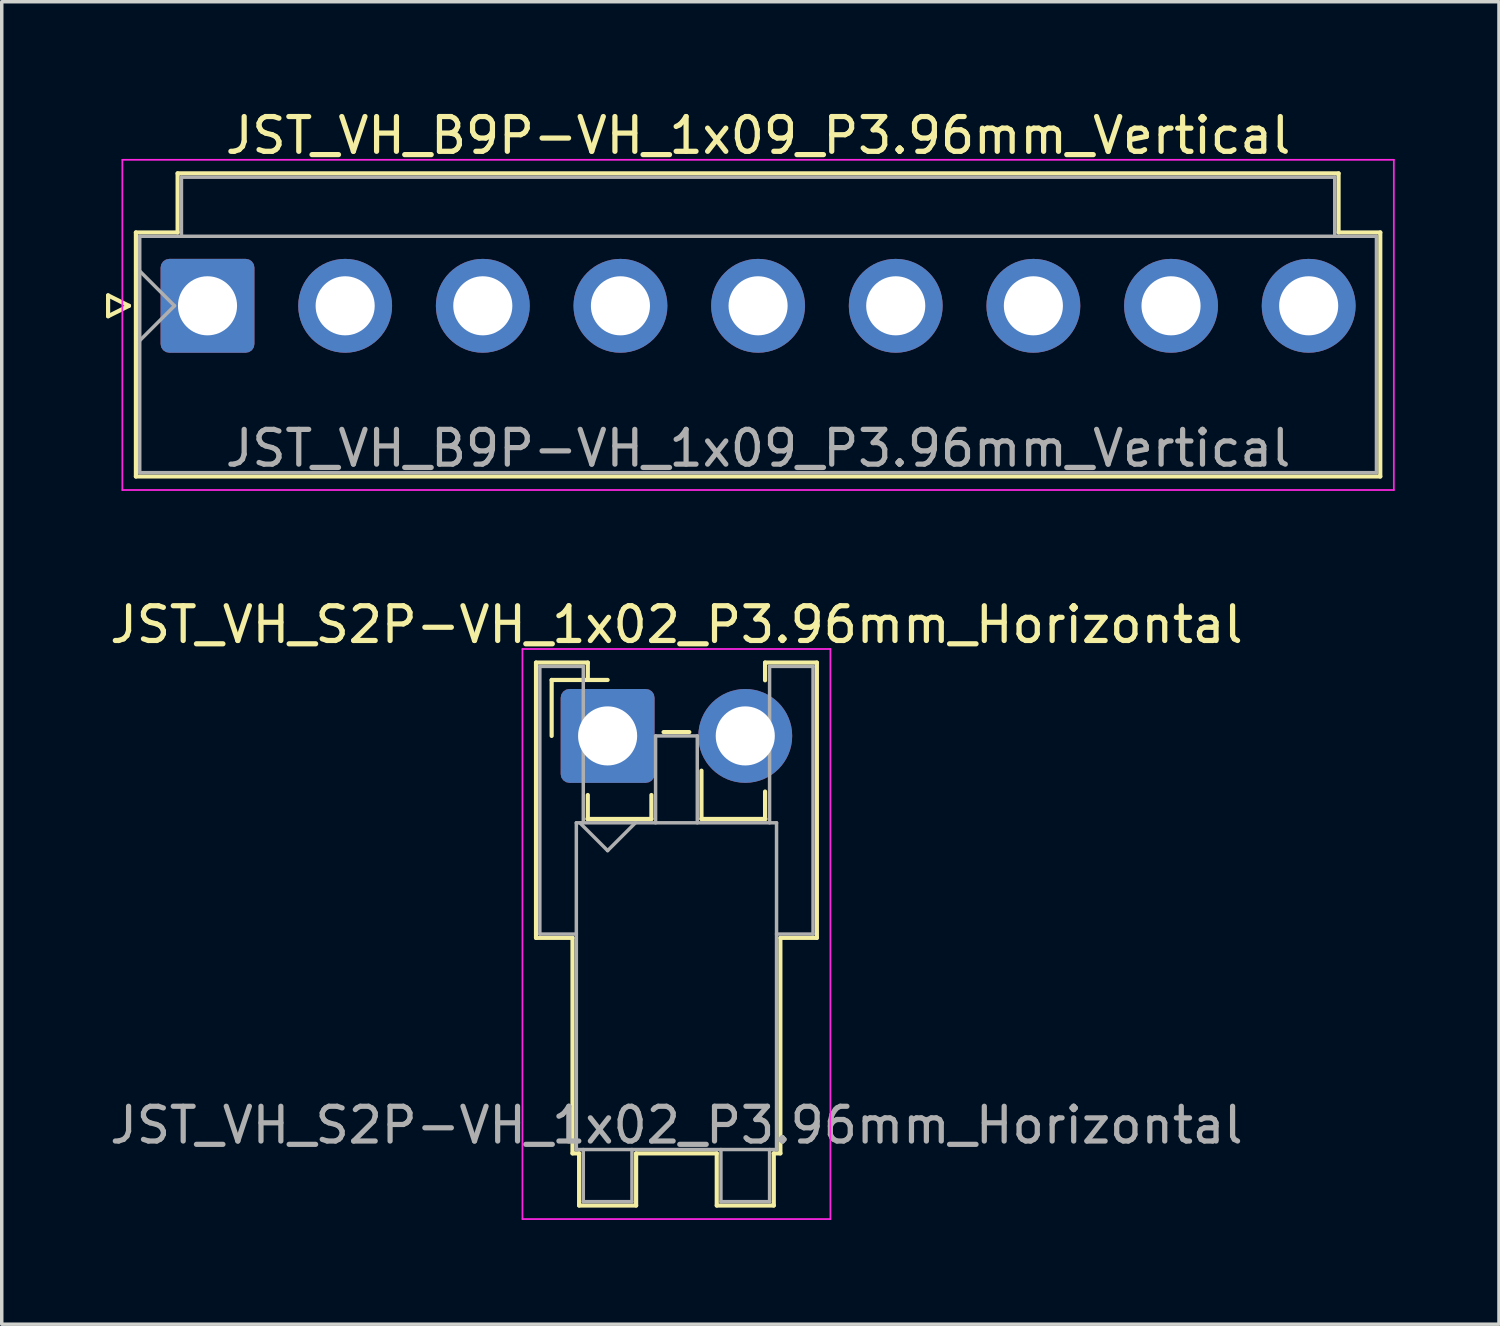
<source format=kicad_pcb>
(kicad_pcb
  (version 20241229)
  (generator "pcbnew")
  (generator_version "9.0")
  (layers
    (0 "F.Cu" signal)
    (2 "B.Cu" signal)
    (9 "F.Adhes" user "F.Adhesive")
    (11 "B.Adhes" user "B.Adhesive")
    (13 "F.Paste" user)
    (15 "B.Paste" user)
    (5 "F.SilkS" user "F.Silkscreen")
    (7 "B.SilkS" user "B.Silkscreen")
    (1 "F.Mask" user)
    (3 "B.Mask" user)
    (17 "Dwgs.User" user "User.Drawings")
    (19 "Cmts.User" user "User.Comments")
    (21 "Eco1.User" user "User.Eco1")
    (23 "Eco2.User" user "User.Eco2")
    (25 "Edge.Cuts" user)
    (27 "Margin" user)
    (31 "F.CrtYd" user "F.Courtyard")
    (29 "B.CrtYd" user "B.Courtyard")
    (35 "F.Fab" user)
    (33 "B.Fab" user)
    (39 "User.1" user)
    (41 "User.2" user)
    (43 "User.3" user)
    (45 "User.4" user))
  (footprint "JST_VH_B9P-VH_1x09_P3.96mm_Vertical"
    (layer "F.Cu")
    (at 2.92 5.748)
    (property "Reference" "JST_VH_B9P-VH_1x09_P3.96mm_Vertical" (at 15.84 -4.9 0) (layer "F.SilkS") (effects (font (size 1 1) (thickness 0.15))))
    (attr through_hole)
    (fp_line (start -2.86 -0.3) (end -2.26 0) (stroke (width 0.12) (type solid)) (layer "F.SilkS"))
    (fp_line (start -2.86 0.3) (end -2.86 -0.3) (stroke (width 0.12) (type solid)) (layer "F.SilkS"))
    (fp_line (start -2.26 0) (end -2.86 0.3) (stroke (width 0.12) (type solid)) (layer "F.SilkS"))
    (fp_line (start -2.06 -2.11) (end -0.86 -2.11) (stroke (width 0.12) (type solid)) (layer "F.SilkS"))
    (fp_line (start -2.06 4.91) (end -2.06 -2.11) (stroke (width 0.12) (type solid)) (layer "F.SilkS"))
    (fp_line (start -0.86 -3.81) (end 32.54 -3.81) (stroke (width 0.12) (type solid)) (layer "F.SilkS"))
    (fp_line (start -0.86 -2.11) (end -0.86 -3.81) (stroke (width 0.12) (type solid)) (layer "F.SilkS"))
    (fp_line (start 32.54 -3.81) (end 32.54 -2.11) (stroke (width 0.12) (type solid)) (layer "F.SilkS"))
    (fp_line (start 32.54 -2.11) (end 33.74 -2.11) (stroke (width 0.12) (type solid)) (layer "F.SilkS"))
    (fp_line (start 33.74 -2.11) (end 33.74 4.91) (stroke (width 0.12) (type solid)) (layer "F.SilkS"))
    (fp_line (start 33.74 4.91) (end -2.06 4.91) (stroke (width 0.12) (type solid)) (layer "F.SilkS"))
    (fp_line (start -2.45 -4.2) (end -2.45 5.3) (stroke (width 0.05) (type solid)) (layer "F.CrtYd"))
    (fp_line (start -2.45 5.3) (end 34.13 5.3) (stroke (width 0.05) (type solid)) (layer "F.CrtYd"))
    (fp_line (start 34.13 -4.2) (end -2.45 -4.2) (stroke (width 0.05) (type solid)) (layer "F.CrtYd"))
    (fp_line (start 34.13 5.3) (end 34.13 -4.2) (stroke (width 0.05) (type solid)) (layer "F.CrtYd"))
    (fp_line (start -1.95 -2) (end -1.95 4.8) (stroke (width 0.1) (type solid)) (layer "F.Fab"))
    (fp_line (start -1.95 -1) (end -0.95 0) (stroke (width 0.1) (type solid)) (layer "F.Fab"))
    (fp_line (start -1.95 1) (end -0.95 0) (stroke (width 0.1) (type solid)) (layer "F.Fab"))
    (fp_line (start -1.95 4.8) (end 33.63 4.8) (stroke (width 0.1) (type solid)) (layer "F.Fab"))
    (fp_line (start -0.75 -3.7) (end 32.43 -3.7) (stroke (width 0.1) (type solid)) (layer "F.Fab"))
    (fp_line (start -0.75 -2) (end -0.75 -3.7) (stroke (width 0.1) (type solid)) (layer "F.Fab"))
    (fp_line (start 32.43 -3.7) (end 32.43 -2) (stroke (width 0.1) (type solid)) (layer "F.Fab"))
    (fp_line (start 33.63 -2) (end -1.95 -2) (stroke (width 0.1) (type solid)) (layer "F.Fab"))
    (fp_line (start 33.63 4.8) (end 33.63 -2) (stroke (width 0.1) (type solid)) (layer "F.Fab"))
    (fp_text user "${REFERENCE}" (at 15.84 4.1 0) (layer "F.Fab") (effects (font (size 1 1) (thickness 0.15))))
    (pad "1" thru_hole roundrect (at 0 0) (size 2.7 2.7) (drill 1.7) (layers "*.Cu" "*.Mask") (roundrect_rratio 0.093))
    (pad "2" thru_hole circle (at 3.96 0) (size 2.7 2.7) (drill 1.7) (layers "*.Cu" "*.Mask"))
    (pad "3" thru_hole circle (at 7.92 0) (size 2.7 2.7) (drill 1.7) (layers "*.Cu" "*.Mask"))
    (pad "4" thru_hole circle (at 11.88 0) (size 2.7 2.7) (drill 1.7) (layers "*.Cu" "*.Mask"))
    (pad "5" thru_hole circle (at 15.84 0) (size 2.7 2.7) (drill 1.7) (layers "*.Cu" "*.Mask"))
    (pad "6" thru_hole circle (at 19.8 0) (size 2.7 2.7) (drill 1.7) (layers "*.Cu" "*.Mask"))
    (pad "7" thru_hole circle (at 23.76 0) (size 2.7 2.7) (drill 1.7) (layers "*.Cu" "*.Mask"))
    (pad "8" thru_hole circle (at 27.72 0) (size 2.7 2.7) (drill 1.7) (layers "*.Cu" "*.Mask"))
    (pad "9" thru_hole circle (at 31.68 0) (size 2.7 2.7) (drill 1.7) (layers "*.Cu" "*.Mask")))
  (footprint "JST_VH_S2P-VH_1x02_P3.96mm_Horizontal"
    (layer "F.Cu")
    (at 14.431 18.122)
    (property "Reference" "JST_VH_S2P-VH_1x02_P3.96mm_Horizontal" (at 1.98 -3.2 0) (layer "F.SilkS") (effects (font (size 1 1) (thickness 0.15))))
    (attr through_hole)
    (fp_line (start -2.06 -2.11) (end -0.57 -2.11) (stroke (width 0.12) (type solid)) (layer "F.SilkS"))
    (fp_line (start -2.06 5.81) (end -2.06 -2.11) (stroke (width 0.12) (type solid)) (layer "F.SilkS"))
    (fp_line (start -1.61 -1.61) (end -1.61 0) (stroke (width 0.12) (type solid)) (layer "F.SilkS"))
    (fp_line (start -1.01 5.81) (end -2.06 5.81) (stroke (width 0.12) (type solid)) (layer "F.SilkS"))
    (fp_line (start -1.01 5.81) (end -1.01 12.01) (stroke (width 0.12) (type solid)) (layer "F.SilkS"))
    (fp_line (start -1.01 12.01) (end -0.82 12.01) (stroke (width 0.12) (type solid)) (layer "F.SilkS"))
    (fp_line (start -0.82 12.01) (end -0.82 13.51) (stroke (width 0.12) (type solid)) (layer "F.SilkS"))
    (fp_line (start -0.82 13.51) (end 0.82 13.51) (stroke (width 0.12) (type solid)) (layer "F.SilkS"))
    (fp_line (start -0.58 2.39) (end 1.26 2.39) (stroke (width 0.12) (type solid)) (layer "F.SilkS"))
    (fp_line (start -0.57 -2.11) (end -0.57 -1.61) (stroke (width 0.12) (type solid)) (layer "F.SilkS"))
    (fp_line (start -0.57 1.7) (end -0.57 2.39) (stroke (width 0.12) (type solid)) (layer "F.SilkS"))
    (fp_line (start 0 -1.61) (end -1.61 -1.61) (stroke (width 0.12) (type solid)) (layer "F.SilkS"))
    (fp_line (start 0.82 12.01) (end 3.14 12.01) (stroke (width 0.12) (type solid)) (layer "F.SilkS"))
    (fp_line (start 0.82 13.51) (end 0.82 12.01) (stroke (width 0.12) (type solid)) (layer "F.SilkS"))
    (fp_line (start 1.26 2.39) (end 1.26 1.7) (stroke (width 0.12) (type solid)) (layer "F.SilkS"))
    (fp_line (start 1.61 -0.11) (end 2.35 -0.11) (stroke (width 0.12) (type solid)) (layer "F.SilkS"))
    (fp_line (start 2.7 1) (end 2.7 2.39) (stroke (width 0.12) (type solid)) (layer "F.SilkS"))
    (fp_line (start 2.7 2.39) (end 4.54 2.39) (stroke (width 0.12) (type solid)) (layer "F.SilkS"))
    (fp_line (start 3.14 12.01) (end 3.14 13.51) (stroke (width 0.12) (type solid)) (layer "F.SilkS"))
    (fp_line (start 3.14 13.51) (end 4.78 13.51) (stroke (width 0.12) (type solid)) (layer "F.SilkS"))
    (fp_line (start 4.53 -2.11) (end 6.02 -2.11) (stroke (width 0.12) (type solid)) (layer "F.SilkS"))
    (fp_line (start 4.53 -1.6) (end 4.53 -2.11) (stroke (width 0.12) (type solid)) (layer "F.SilkS"))
    (fp_line (start 4.53 2.39) (end 4.53 1.6) (stroke (width 0.12) (type solid)) (layer "F.SilkS"))
    (fp_line (start 4.78 12.01) (end 4.97 12.01) (stroke (width 0.12) (type solid)) (layer "F.SilkS"))
    (fp_line (start 4.78 13.51) (end 4.78 12.01) (stroke (width 0.12) (type solid)) (layer "F.SilkS"))
    (fp_line (start 4.97 12.01) (end 4.97 5.81) (stroke (width 0.12) (type solid)) (layer "F.SilkS"))
    (fp_line (start 6.02 -2.11) (end 6.02 5.81) (stroke (width 0.12) (type solid)) (layer "F.SilkS"))
    (fp_line (start 6.02 5.81) (end 4.97 5.81) (stroke (width 0.12) (type solid)) (layer "F.SilkS"))
    (fp_line (start -2.45 -2.5) (end -2.45 13.9) (stroke (width 0.05) (type solid)) (layer "F.CrtYd"))
    (fp_line (start -2.45 13.9) (end 6.41 13.9) (stroke (width 0.05) (type solid)) (layer "F.CrtYd"))
    (fp_line (start 6.41 -2.5) (end -2.45 -2.5) (stroke (width 0.05) (type solid)) (layer "F.CrtYd"))
    (fp_line (start 6.41 13.9) (end 6.41 -2.5) (stroke (width 0.05) (type solid)) (layer "F.CrtYd"))
    (fp_line (start -1.95 -2) (end -0.7 -2) (stroke (width 0.1) (type solid)) (layer "F.Fab"))
    (fp_line (start -1.95 5.7) (end -1.95 -2) (stroke (width 0.1) (type solid)) (layer "F.Fab"))
    (fp_line (start -0.9 2.5) (end -0.9 11.9) (stroke (width 0.1) (type solid)) (layer "F.Fab"))
    (fp_line (start -0.9 5.7) (end -1.95 5.7) (stroke (width 0.1) (type solid)) (layer "F.Fab"))
    (fp_line (start -0.9 11.9) (end 4.86 11.9) (stroke (width 0.1) (type solid)) (layer "F.Fab"))
    (fp_line (start -0.8 2.5) (end 0 3.3) (stroke (width 0.1) (type solid)) (layer "F.Fab"))
    (fp_line (start -0.7 -2) (end -0.7 2.5) (stroke (width 0.1) (type solid)) (layer "F.Fab"))
    (fp_line (start -0.7 11.9) (end -0.7 13.4) (stroke (width 0.1) (type solid)) (layer "F.Fab"))
    (fp_line (start -0.7 13.4) (end 0.7 13.4) (stroke (width 0.1) (type solid)) (layer "F.Fab"))
    (fp_line (start 0 3.3) (end 0.8 2.5) (stroke (width 0.1) (type solid)) (layer "F.Fab"))
    (fp_line (start 0.7 13.4) (end 0.7 11.9) (stroke (width 0.1) (type solid)) (layer "F.Fab"))
    (fp_line (start 1.38 0) (end 2.58 0) (stroke (width 0.1) (type solid)) (layer "F.Fab"))
    (fp_line (start 1.38 2.5) (end 1.38 0) (stroke (width 0.1) (type solid)) (layer "F.Fab"))
    (fp_line (start 2.58 0) (end 2.58 2.5) (stroke (width 0.1) (type solid)) (layer "F.Fab"))
    (fp_line (start 3.26 11.9) (end 3.26 13.4) (stroke (width 0.1) (type solid)) (layer "F.Fab"))
    (fp_line (start 3.26 13.4) (end 4.66 13.4) (stroke (width 0.1) (type solid)) (layer "F.Fab"))
    (fp_line (start 4.66 -2) (end 5.91 -2) (stroke (width 0.1) (type solid)) (layer "F.Fab"))
    (fp_line (start 4.66 2.5) (end 4.66 -2) (stroke (width 0.1) (type solid)) (layer "F.Fab"))
    (fp_line (start 4.66 13.4) (end 4.66 11.9) (stroke (width 0.1) (type solid)) (layer "F.Fab"))
    (fp_line (start 4.86 2.5) (end -0.9 2.5) (stroke (width 0.1) (type solid)) (layer "F.Fab"))
    (fp_line (start 4.86 11.9) (end 4.86 2.5) (stroke (width 0.1) (type solid)) (layer "F.Fab"))
    (fp_line (start 5.91 -2) (end 5.91 5.7) (stroke (width 0.1) (type solid)) (layer "F.Fab"))
    (fp_line (start 5.91 5.7) (end 4.86 5.7) (stroke (width 0.1) (type solid)) (layer "F.Fab"))
    (fp_text user "${REFERENCE}" (at 1.98 11.2 0) (layer "F.Fab") (effects (font (size 1 1) (thickness 0.15))))
    (pad "1" thru_hole roundrect (at 0 0) (size 2.7 2.7) (drill 1.7) (layers "*.Cu" "*.Mask") (roundrect_rratio 0.093))
    (pad "2" thru_hole circle (at 3.96 0) (size 2.7 2.7) (drill 1.7) (layers "*.Cu" "*.Mask")))
  (gr_rect
    (start -3 -3)
    (end 40.075 35.047)
    (stroke (width 0.1) (type default))
    (fill no)
    (layer "Edge.Cuts")))
</source>
